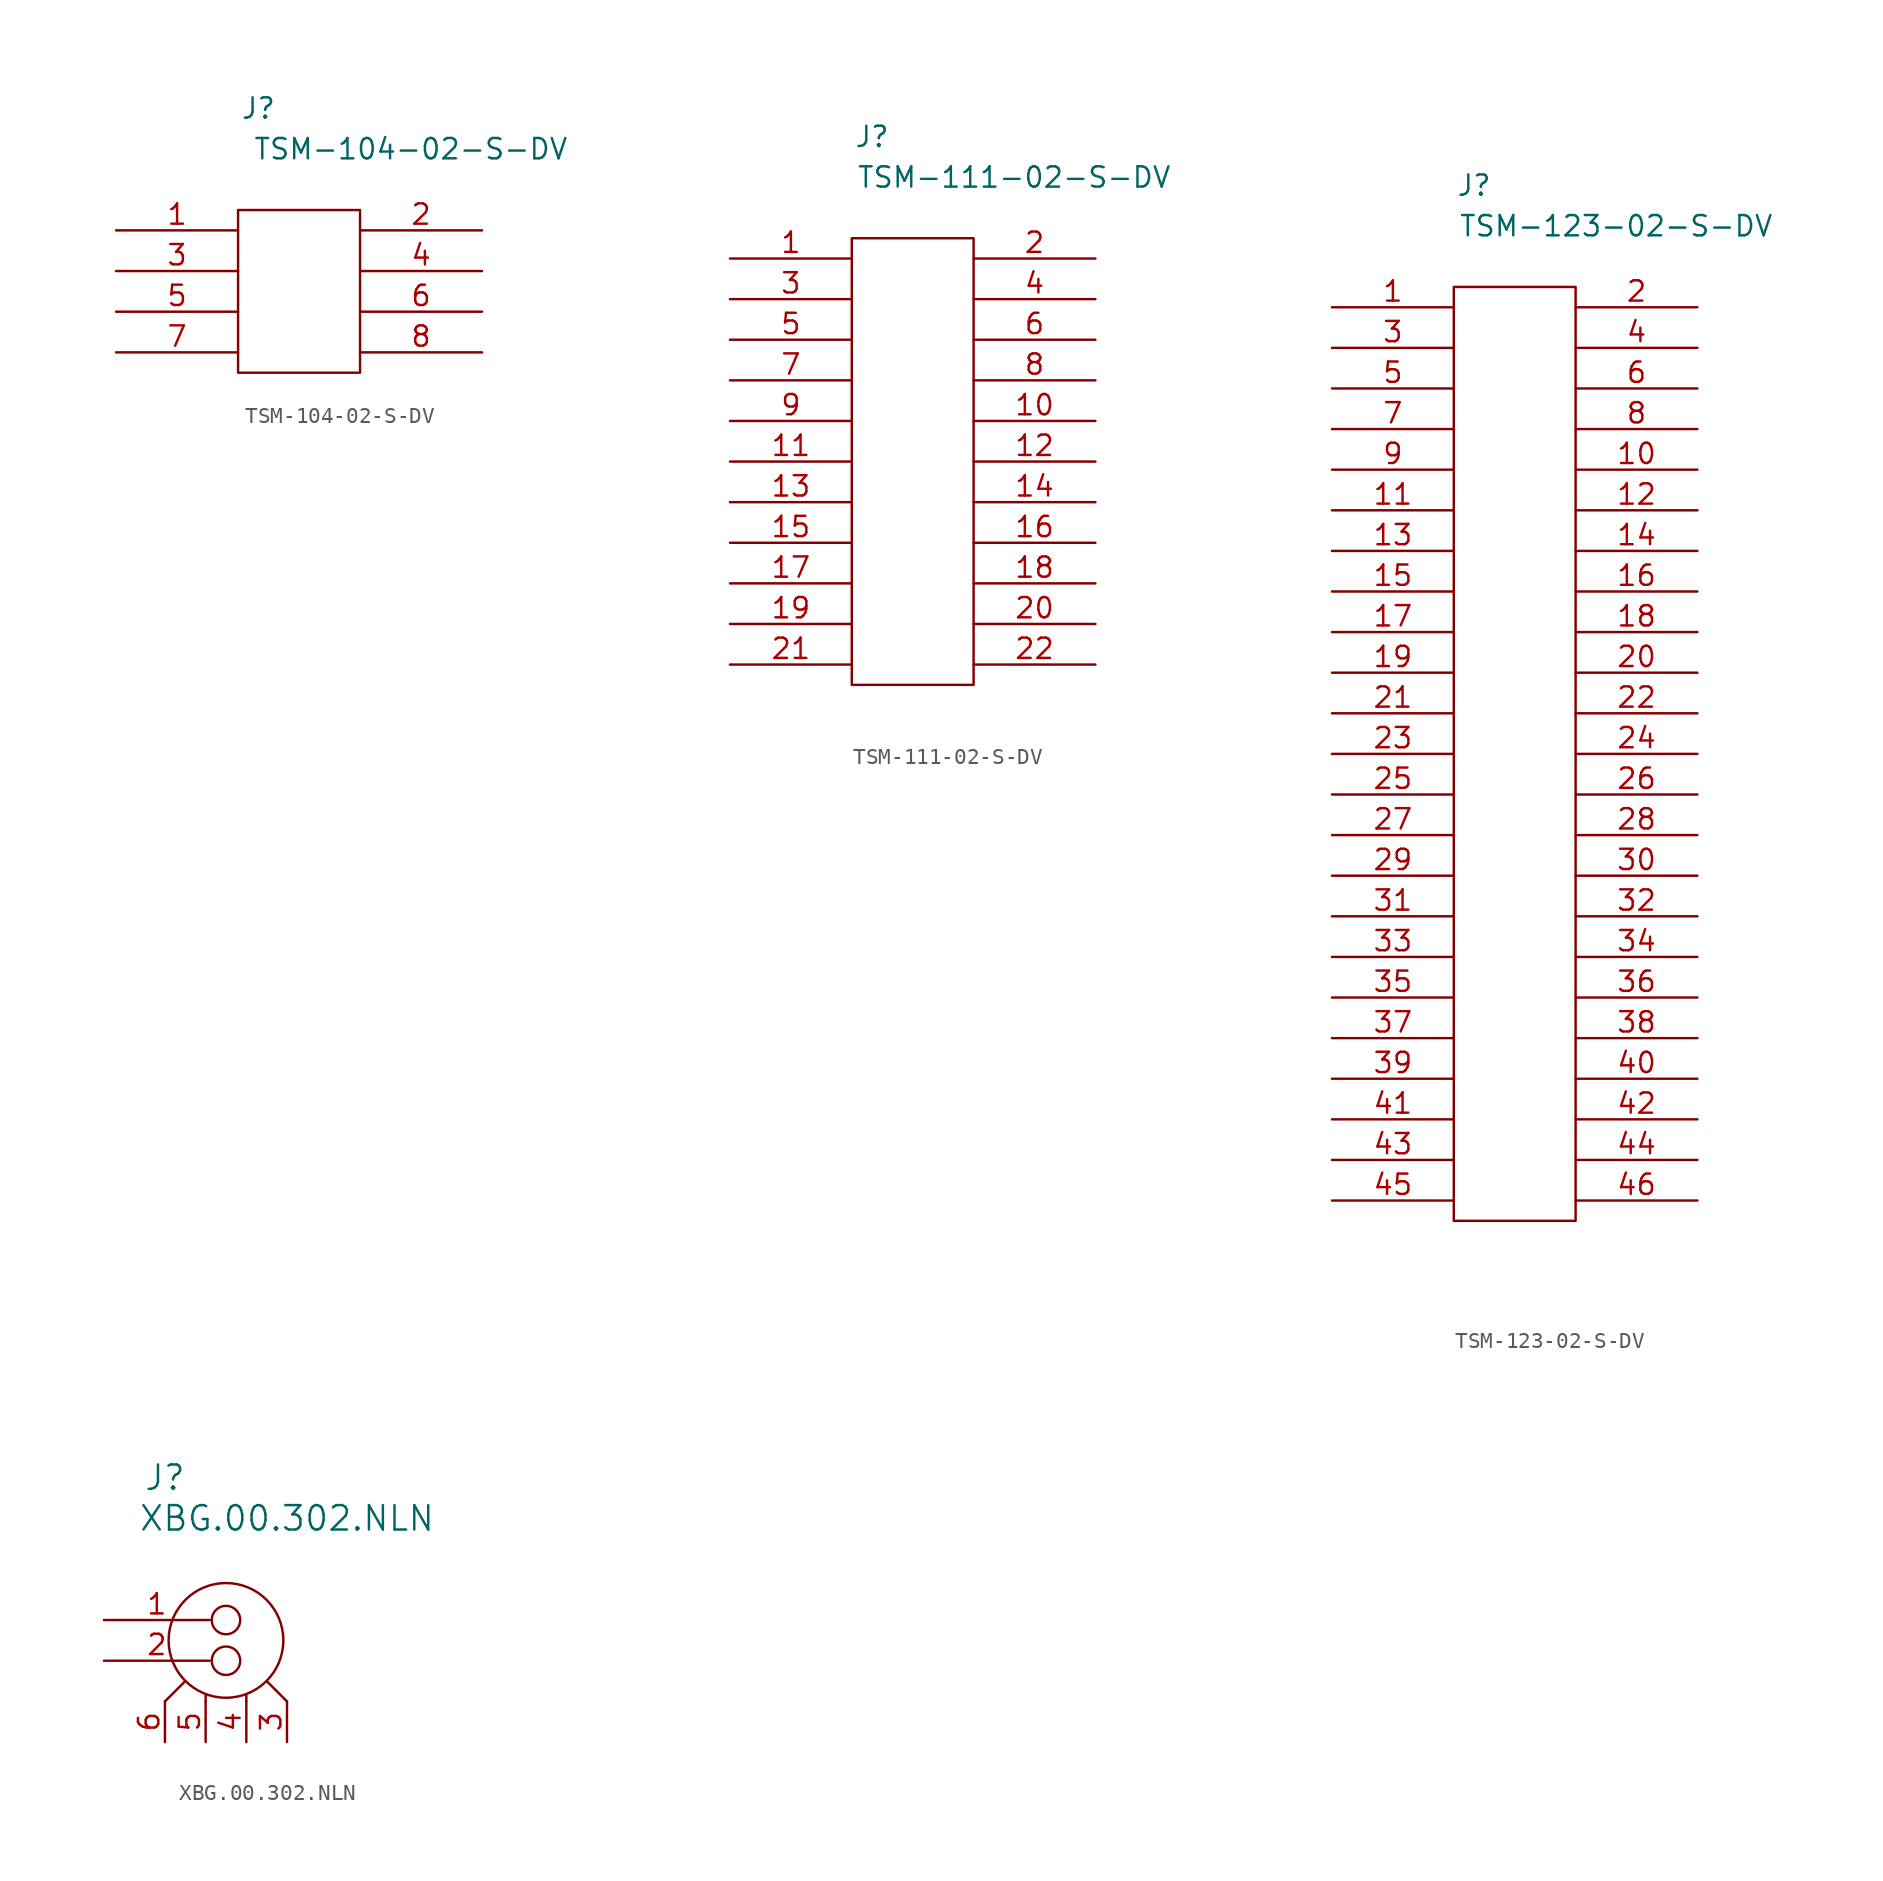
<source format=kicad_sym>
(kicad_symbol_lib
  (version 20230620)
  (generator kicad_symbol_editor)
  (symbol "TSM-104-02-S-DV"
    (pin_names
      (offset 1.016) hide)
    (property "Reference" "J"
      (at 8.89 7.62 0)
      (effects (font (size 1.27 1.27))))
    (property "Value" "TSM-104-02-S-DV"
      (at 18.415 5.08 0)
      (effects (font (size 1.27 1.27))))
    (property "Datasheet" ""
      (at 0 0 0)
      (effects (font (size 1.27 1.27))))
    (symbol "TSM-104-02-S-DV_0_1"
      (rectangle (start 7.62 1.27) (end 15.24 -8.89) (stroke (width 0) (type default)) (fill (type none))))
    (symbol "TSM-104-02-S-DV_1_1"
      (pin passive line (at 0 0 0) (length 7.62) (name "1" (effects (font (size 1.27 1.27)))) (number "1" (effects (font (size 1.27 1.27)))))
      (pin passive line (at 22.86 0 180) (length 7.62) (name "2" (effects (font (size 1.27 1.27)))) (number "2" (effects (font (size 1.27 1.27)))))
      (pin passive line (at 0 -2.54 0) (length 7.62) (name "3" (effects (font (size 1.27 1.27)))) (number "3" (effects (font (size 1.27 1.27)))))
      (pin passive line (at 22.86 -2.54 180) (length 7.62) (name "4" (effects (font (size 1.27 1.27)))) (number "4" (effects (font (size 1.27 1.27)))))
      (pin passive line (at 0 -5.08 0) (length 7.62) (name "5" (effects (font (size 1.27 1.27)))) (number "5" (effects (font (size 1.27 1.27)))))
      (pin passive line (at 22.86 -5.08 180) (length 7.62) (name "6" (effects (font (size 1.27 1.27)))) (number "6" (effects (font (size 1.27 1.27)))))
      (pin passive line (at 0 -7.62 0) (length 7.62) (name "7" (effects (font (size 1.27 1.27)))) (number "7" (effects (font (size 1.27 1.27)))))
      (pin passive line (at 22.86 -7.62 180) (length 7.62) (name "8" (effects (font (size 1.27 1.27)))) (number "8" (effects (font (size 1.27 1.27)))))))
  (symbol "TSM-111-02-S-DV"
    (pin_names
      (offset 1.016) hide)
    (property "Reference" "J"
      (at 8.89 7.62 0)
      (effects (font (size 1.27 1.27))))
    (property "Value" "TSM-111-02-S-DV"
      (at 17.78 5.08 0)
      (effects (font (size 1.27 1.27))))
    (property "Datasheet" ""
      (at 0 0 0)
      (effects (font (size 1.27 1.27))))
    (symbol "TSM-111-02-S-DV_0_1"
      (rectangle (start 7.62 1.27) (end 15.24 -26.67) (stroke (width 0) (type default)) (fill (type none))))
    (symbol "TSM-111-02-S-DV_1_1"
      (pin passive line (at 0 0 0) (length 7.62) (name "1" (effects (font (size 1.27 1.27)))) (number "1" (effects (font (size 1.27 1.27)))))
      (pin passive line (at 22.86 -10.16 180) (length 7.62) (name "10" (effects (font (size 1.27 1.27)))) (number "10" (effects (font (size 1.27 1.27)))))
      (pin passive line (at 0 -12.7 0) (length 7.62) (name "11" (effects (font (size 1.27 1.27)))) (number "11" (effects (font (size 1.27 1.27)))))
      (pin passive line (at 22.86 -12.7 180) (length 7.62) (name "12" (effects (font (size 1.27 1.27)))) (number "12" (effects (font (size 1.27 1.27)))))
      (pin passive line (at 0 -15.24 0) (length 7.62) (name "13" (effects (font (size 1.27 1.27)))) (number "13" (effects (font (size 1.27 1.27)))))
      (pin passive line (at 22.86 -15.24 180) (length 7.62) (name "14" (effects (font (size 1.27 1.27)))) (number "14" (effects (font (size 1.27 1.27)))))
      (pin passive line (at 0 -17.78 0) (length 7.62) (name "15" (effects (font (size 1.27 1.27)))) (number "15" (effects (font (size 1.27 1.27)))))
      (pin passive line (at 22.86 -17.78 180) (length 7.62) (name "16" (effects (font (size 1.27 1.27)))) (number "16" (effects (font (size 1.27 1.27)))))
      (pin passive line (at 0 -20.32 0) (length 7.62) (name "17" (effects (font (size 1.27 1.27)))) (number "17" (effects (font (size 1.27 1.27)))))
      (pin passive line (at 22.86 -20.32 180) (length 7.62) (name "18" (effects (font (size 1.27 1.27)))) (number "18" (effects (font (size 1.27 1.27)))))
      (pin passive line (at 0 -22.86 0) (length 7.62) (name "19" (effects (font (size 1.27 1.27)))) (number "19" (effects (font (size 1.27 1.27)))))
      (pin passive line (at 22.86 0 180) (length 7.62) (name "2" (effects (font (size 1.27 1.27)))) (number "2" (effects (font (size 1.27 1.27)))))
      (pin passive line (at 22.86 -22.86 180) (length 7.62) (name "20" (effects (font (size 1.27 1.27)))) (number "20" (effects (font (size 1.27 1.27)))))
      (pin passive line (at 0 -25.4 0) (length 7.62) (name "21" (effects (font (size 1.27 1.27)))) (number "21" (effects (font (size 1.27 1.27)))))
      (pin passive line (at 22.86 -25.4 180) (length 7.62) (name "22" (effects (font (size 1.27 1.27)))) (number "22" (effects (font (size 1.27 1.27)))))
      (pin passive line (at 0 -2.54 0) (length 7.62) (name "3" (effects (font (size 1.27 1.27)))) (number "3" (effects (font (size 1.27 1.27)))))
      (pin passive line (at 22.86 -2.54 180) (length 7.62) (name "4" (effects (font (size 1.27 1.27)))) (number "4" (effects (font (size 1.27 1.27)))))
      (pin passive line (at 0 -5.08 0) (length 7.62) (name "5" (effects (font (size 1.27 1.27)))) (number "5" (effects (font (size 1.27 1.27)))))
      (pin passive line (at 22.86 -5.08 180) (length 7.62) (name "6" (effects (font (size 1.27 1.27)))) (number "6" (effects (font (size 1.27 1.27)))))
      (pin passive line (at 0 -7.62 0) (length 7.62) (name "7" (effects (font (size 1.27 1.27)))) (number "7" (effects (font (size 1.27 1.27)))))
      (pin passive line (at 22.86 -7.62 180) (length 7.62) (name "8" (effects (font (size 1.27 1.27)))) (number "8" (effects (font (size 1.27 1.27)))))
      (pin passive line (at 0 -10.16 0) (length 7.62) (name "9" (effects (font (size 1.27 1.27)))) (number "9" (effects (font (size 1.27 1.27)))))))
  (symbol "TSM-123-02-S-DV"
    (pin_names
      (offset 1.016) hide)
    (property "Reference" "J"
      (at 8.89 7.62 0)
      (effects (font (size 1.27 1.27))))
    (property "Value" "TSM-123-02-S-DV"
      (at 17.78 5.08 0)
      (effects (font (size 1.27 1.27))))
    (property "Datasheet" ""
      (at 0 0 0)
      (effects (font (size 1.27 1.27))))
    (symbol "TSM-123-02-S-DV_0_1"
      (rectangle (start 7.62 1.27) (end 15.24 -57.15) (stroke (width 0) (type default)) (fill (type none))))
    (symbol "TSM-123-02-S-DV_1_1"
      (pin passive line (at 0 0 0) (length 7.62) (name "1" (effects (font (size 1.27 1.27)))) (number "1" (effects (font (size 1.27 1.27)))))
      (pin passive line (at 22.86 -10.16 180) (length 7.62) (name "10" (effects (font (size 1.27 1.27)))) (number "10" (effects (font (size 1.27 1.27)))))
      (pin passive line (at 0 -12.7 0) (length 7.62) (name "11" (effects (font (size 1.27 1.27)))) (number "11" (effects (font (size 1.27 1.27)))))
      (pin passive line (at 22.86 -12.7 180) (length 7.62) (name "12" (effects (font (size 1.27 1.27)))) (number "12" (effects (font (size 1.27 1.27)))))
      (pin passive line (at 0 -15.24 0) (length 7.62) (name "13" (effects (font (size 1.27 1.27)))) (number "13" (effects (font (size 1.27 1.27)))))
      (pin passive line (at 22.86 -15.24 180) (length 7.62) (name "14" (effects (font (size 1.27 1.27)))) (number "14" (effects (font (size 1.27 1.27)))))
      (pin passive line (at 0 -17.78 0) (length 7.62) (name "15" (effects (font (size 1.27 1.27)))) (number "15" (effects (font (size 1.27 1.27)))))
      (pin passive line (at 22.86 -17.78 180) (length 7.62) (name "16" (effects (font (size 1.27 1.27)))) (number "16" (effects (font (size 1.27 1.27)))))
      (pin passive line (at 0 -20.32 0) (length 7.62) (name "17" (effects (font (size 1.27 1.27)))) (number "17" (effects (font (size 1.27 1.27)))))
      (pin passive line (at 22.86 -20.32 180) (length 7.62) (name "18" (effects (font (size 1.27 1.27)))) (number "18" (effects (font (size 1.27 1.27)))))
      (pin passive line (at 0 -22.86 0) (length 7.62) (name "19" (effects (font (size 1.27 1.27)))) (number "19" (effects (font (size 1.27 1.27)))))
      (pin passive line (at 22.86 0 180) (length 7.62) (name "2" (effects (font (size 1.27 1.27)))) (number "2" (effects (font (size 1.27 1.27)))))
      (pin passive line (at 22.86 -22.86 180) (length 7.62) (name "20" (effects (font (size 1.27 1.27)))) (number "20" (effects (font (size 1.27 1.27)))))
      (pin passive line (at 0 -25.4 0) (length 7.62) (name "21" (effects (font (size 1.27 1.27)))) (number "21" (effects (font (size 1.27 1.27)))))
      (pin passive line (at 22.86 -25.4 180) (length 7.62) (name "22" (effects (font (size 1.27 1.27)))) (number "22" (effects (font (size 1.27 1.27)))))
      (pin passive line (at 0 -27.94 0) (length 7.62) (name "23" (effects (font (size 1.27 1.27)))) (number "23" (effects (font (size 1.27 1.27)))))
      (pin passive line (at 22.86 -27.94 180) (length 7.62) (name "24" (effects (font (size 1.27 1.27)))) (number "24" (effects (font (size 1.27 1.27)))))
      (pin passive line (at 0 -30.48 0) (length 7.62) (name "25" (effects (font (size 1.27 1.27)))) (number "25" (effects (font (size 1.27 1.27)))))
      (pin passive line (at 22.86 -30.48 180) (length 7.62) (name "26" (effects (font (size 1.27 1.27)))) (number "26" (effects (font (size 1.27 1.27)))))
      (pin passive line (at 0 -33.02 0) (length 7.62) (name "27" (effects (font (size 1.27 1.27)))) (number "27" (effects (font (size 1.27 1.27)))))
      (pin passive line (at 22.86 -33.02 180) (length 7.62) (name "28" (effects (font (size 1.27 1.27)))) (number "28" (effects (font (size 1.27 1.27)))))
      (pin passive line (at 0 -35.56 0) (length 7.62) (name "29" (effects (font (size 1.27 1.27)))) (number "29" (effects (font (size 1.27 1.27)))))
      (pin passive line (at 0 -2.54 0) (length 7.62) (name "3" (effects (font (size 1.27 1.27)))) (number "3" (effects (font (size 1.27 1.27)))))
      (pin passive line (at 22.86 -35.56 180) (length 7.62) (name "30" (effects (font (size 1.27 1.27)))) (number "30" (effects (font (size 1.27 1.27)))))
      (pin passive line (at 0 -38.1 0) (length 7.62) (name "31" (effects (font (size 1.27 1.27)))) (number "31" (effects (font (size 1.27 1.27)))))
      (pin passive line (at 22.86 -38.1 180) (length 7.62) (name "32" (effects (font (size 1.27 1.27)))) (number "32" (effects (font (size 1.27 1.27)))))
      (pin passive line (at 0 -40.64 0) (length 7.62) (name "33" (effects (font (size 1.27 1.27)))) (number "33" (effects (font (size 1.27 1.27)))))
      (pin passive line (at 22.86 -40.64 180) (length 7.62) (name "34" (effects (font (size 1.27 1.27)))) (number "34" (effects (font (size 1.27 1.27)))))
      (pin passive line (at 0 -43.18 0) (length 7.62) (name "35" (effects (font (size 1.27 1.27)))) (number "35" (effects (font (size 1.27 1.27)))))
      (pin passive line (at 22.86 -43.18 180) (length 7.62) (name "36" (effects (font (size 1.27 1.27)))) (number "36" (effects (font (size 1.27 1.27)))))
      (pin passive line (at 0 -45.72 0) (length 7.62) (name "37" (effects (font (size 1.27 1.27)))) (number "37" (effects (font (size 1.27 1.27)))))
      (pin passive line (at 22.86 -45.72 180) (length 7.62) (name "38" (effects (font (size 1.27 1.27)))) (number "38" (effects (font (size 1.27 1.27)))))
      (pin passive line (at 0 -48.26 0) (length 7.62) (name "39" (effects (font (size 1.27 1.27)))) (number "39" (effects (font (size 1.27 1.27)))))
      (pin passive line (at 22.86 -2.54 180) (length 7.62) (name "4" (effects (font (size 1.27 1.27)))) (number "4" (effects (font (size 1.27 1.27)))))
      (pin passive line (at 22.86 -48.26 180) (length 7.62) (name "40" (effects (font (size 1.27 1.27)))) (number "40" (effects (font (size 1.27 1.27)))))
      (pin passive line (at 0 -50.8 0) (length 7.62) (name "41" (effects (font (size 1.27 1.27)))) (number "41" (effects (font (size 1.27 1.27)))))
      (pin passive line (at 22.86 -50.8 180) (length 7.62) (name "42" (effects (font (size 1.27 1.27)))) (number "42" (effects (font (size 1.27 1.27)))))
      (pin passive line (at 0 -53.34 0) (length 7.62) (name "43" (effects (font (size 1.27 1.27)))) (number "43" (effects (font (size 1.27 1.27)))))
      (pin passive line (at 22.86 -53.34 180) (length 7.62) (name "44" (effects (font (size 1.27 1.27)))) (number "44" (effects (font (size 1.27 1.27)))))
      (pin passive line (at 0 -55.88 0) (length 7.62) (name "45" (effects (font (size 1.27 1.27)))) (number "45" (effects (font (size 1.27 1.27)))))
      (pin passive line (at 22.86 -55.88 180) (length 7.62) (name "46" (effects (font (size 1.27 1.27)))) (number "46" (effects (font (size 1.27 1.27)))))
      (pin passive line (at 0 -5.08 0) (length 7.62) (name "5" (effects (font (size 1.27 1.27)))) (number "5" (effects (font (size 1.27 1.27)))))
      (pin passive line (at 22.86 -5.08 180) (length 7.62) (name "6" (effects (font (size 1.27 1.27)))) (number "6" (effects (font (size 1.27 1.27)))))
      (pin passive line (at 0 -7.62 0) (length 7.62) (name "7" (effects (font (size 1.27 1.27)))) (number "7" (effects (font (size 1.27 1.27)))))
      (pin passive line (at 22.86 -7.62 180) (length 7.62) (name "8" (effects (font (size 1.27 1.27)))) (number "8" (effects (font (size 1.27 1.27)))))
      (pin passive line (at 0 -10.16 0) (length 7.62) (name "9" (effects (font (size 1.27 1.27)))) (number "9" (effects (font (size 1.27 1.27)))))))
  (symbol "XBG.00.302.NLN"
    (pin_names
      (offset 1.27) hide)
    (property "Reference" "J"
      (at 3.81 8.89 0)
      (effects (font (size 1.524 1.524))))
    (property "Value" "XBG.00.302.NLN"
      (at 11.43 6.35 0)
      (effects (font (size 1.524 1.524))))
    (symbol "XBG.00.302.NLN_0_1"
      (polyline (pts (xy 3.81 -5.08) (xy 5.08 -3.81)) (stroke (width 0) (type default)) (fill (type none)))
      (polyline (pts (xy 6.35 -5.08) (xy 6.35 -4.699)) (stroke (width 0) (type default)) (fill (type none)))
      (polyline (pts (xy 8.89 -5.08) (xy 8.89 -4.699)) (stroke (width 0) (type default)) (fill (type none)))
      (polyline (pts (xy 11.43 -5.08) (xy 10.16 -3.81)) (stroke (width 0) (type default)) (fill (type none)))
      (circle (center 7.62 -2.54) (radius 0.889) (stroke (width 0) (type default)) (fill (type none)))
      (circle (center 7.62 -1.27) (radius 3.581) (stroke (width 0) (type default)) (fill (type none)))
      (circle (center 7.62 0) (radius 0.889) (stroke (width 0) (type default)) (fill (type none))))
    (symbol "XBG.00.302.NLN_1_1"
      (pin passive line (at 0 0 0) (length 6.604) (name "P" (effects (font (size 1.27 1.27)))) (number "1" (effects (font (size 1.27 1.27)))))
      (pin passive line (at 0 -2.54 0) (length 6.604) (name "N" (effects (font (size 1.27 1.27)))) (number "2" (effects (font (size 1.27 1.27)))))
      (pin passive line (at 11.43 -7.62 90) (length 2.54) (name "GND0" (effects (font (size 1.27 1.27)))) (number "3" (effects (font (size 1.27 1.27)))))
      (pin passive line (at 8.89 -7.62 90) (length 2.54) (name "GND1" (effects (font (size 1.27 1.27)))) (number "4" (effects (font (size 1.27 1.27)))))
      (pin passive line (at 6.35 -7.62 90) (length 2.54) (name "GND2" (effects (font (size 1.27 1.27)))) (number "5" (effects (font (size 1.27 1.27)))))
      (pin passive line (at 3.81 -7.62 90) (length 2.54) (name "GND3" (effects (font (size 1.27 1.27)))) (number "6" (effects (font (size 1.27 1.27))))))))
</source>
